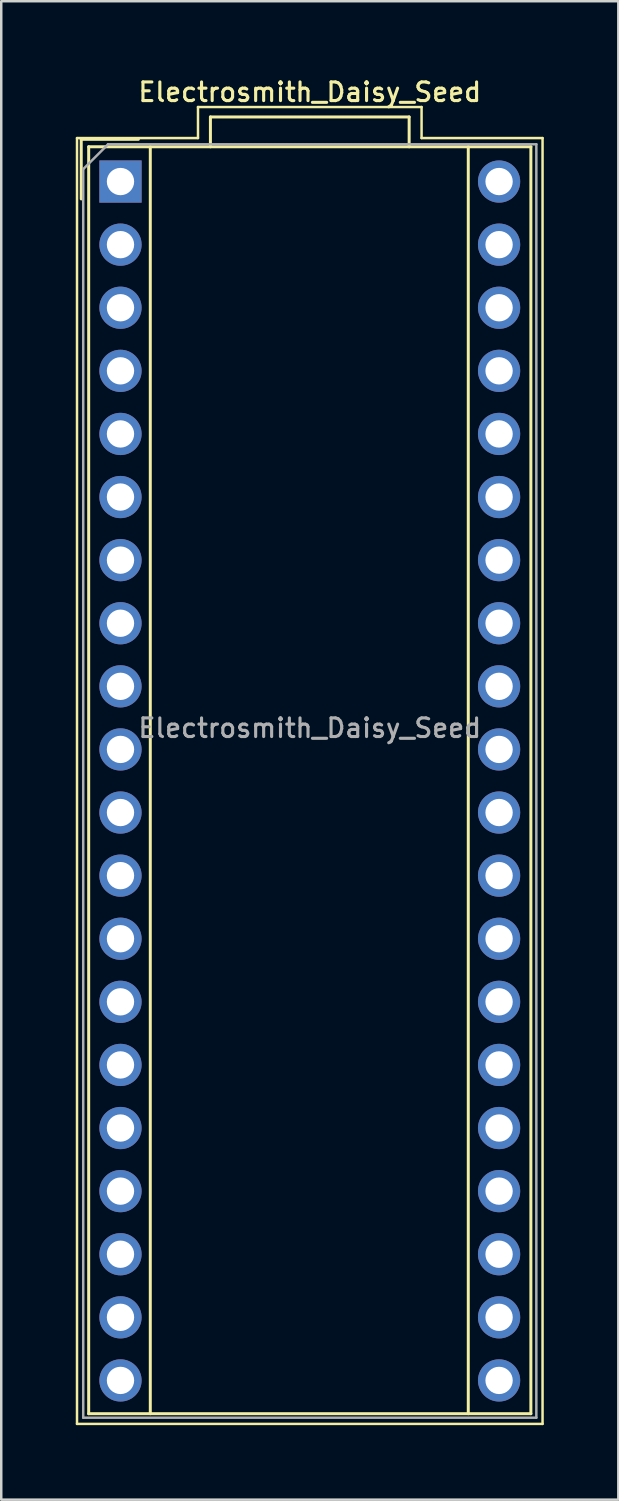
<source format=kicad_pcb>
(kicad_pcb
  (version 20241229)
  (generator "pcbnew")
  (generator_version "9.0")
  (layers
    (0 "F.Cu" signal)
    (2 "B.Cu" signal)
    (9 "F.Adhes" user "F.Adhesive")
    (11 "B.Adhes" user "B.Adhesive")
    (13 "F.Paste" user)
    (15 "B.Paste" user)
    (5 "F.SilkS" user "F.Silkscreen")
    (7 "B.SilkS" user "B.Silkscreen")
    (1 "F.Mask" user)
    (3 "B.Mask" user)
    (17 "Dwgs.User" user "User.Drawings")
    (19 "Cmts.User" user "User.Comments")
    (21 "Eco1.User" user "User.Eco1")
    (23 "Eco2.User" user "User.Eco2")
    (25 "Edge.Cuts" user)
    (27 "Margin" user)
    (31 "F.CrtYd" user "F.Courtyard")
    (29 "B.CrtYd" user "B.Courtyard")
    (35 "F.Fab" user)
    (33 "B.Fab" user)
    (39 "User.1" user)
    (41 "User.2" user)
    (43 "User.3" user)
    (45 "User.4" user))
  (footprint "Electrosmith_Daisy_Seed"
    (layer "F.Cu")
    (at 1.8 4.258)
    (property "Reference" "Electrosmith_Daisy_Seed" (at 7.62 -3.6 0) (layer "F.SilkS") (effects (font (size 0.75 0.75) (thickness 0.125))))
    (attr through_hole)
    (fp_line (start -1.75 -1.75) (end 3.12 -1.75) (stroke (width 0.1) (type solid)) (layer "F.SilkS"))
    (fp_line (start -1.75 50.01) (end -1.75 -1.75) (stroke (width 0.1) (type solid)) (layer "F.SilkS"))
    (fp_line (start -1.58 -1.7) (end -1.58 0.7) (stroke (width 0.12) (type solid)) (layer "F.SilkS"))
    (fp_line (start -1.28 -1.4) (end 16.52 -1.4) (stroke (width 0.12) (type solid)) (layer "F.SilkS"))
    (fp_line (start -1.28 49.6) (end -1.28 -1.4) (stroke (width 0.12) (type solid)) (layer "F.SilkS"))
    (fp_line (start 0.72 -1.7) (end -1.58 -1.7) (stroke (width 0.12) (type solid)) (layer "F.SilkS"))
    (fp_line (start 1.2 -1.4) (end 1.2 49.6) (stroke (width 0.12) (type solid)) (layer "F.SilkS"))
    (fp_line (start 3.12 -3) (end 12.12 -3) (stroke (width 0.1) (type solid)) (layer "F.SilkS"))
    (fp_line (start 3.12 -1.75) (end 3.12 -3) (stroke (width 0.1) (type solid)) (layer "F.SilkS"))
    (fp_line (start 3.62 -2.6) (end 11.62 -2.6) (stroke (width 0.12) (type solid)) (layer "F.SilkS"))
    (fp_line (start 3.62 -1.4) (end 3.62 -2.6) (stroke (width 0.12) (type solid)) (layer "F.SilkS"))
    (fp_line (start 11.62 -2.6) (end 11.62 -1.4) (stroke (width 0.12) (type solid)) (layer "F.SilkS"))
    (fp_line (start 12.12 -3) (end 12.12 -1.75) (stroke (width 0.1) (type solid)) (layer "F.SilkS"))
    (fp_line (start 12.12 -1.75) (end 16.99 -1.75) (stroke (width 0.1) (type solid)) (layer "F.SilkS"))
    (fp_line (start 14 -1.4) (end 14 49.6) (stroke (width 0.12) (type solid)) (layer "F.SilkS"))
    (fp_line (start 16.52 -1.4) (end 16.52 49.6) (stroke (width 0.12) (type solid)) (layer "F.SilkS"))
    (fp_line (start 16.52 49.6) (end -1.28 49.6) (stroke (width 0.12) (type solid)) (layer "F.SilkS"))
    (fp_line (start 16.99 -1.75) (end 16.99 50.01) (stroke (width 0.1) (type solid)) (layer "F.SilkS"))
    (fp_line (start 16.99 50.01) (end -1.75 50.01) (stroke (width 0.1) (type solid)) (layer "F.SilkS"))
    (fp_line (start -1.5 -0.5) (end -1.5 49.76) (stroke (width 0.1) (type solid)) (layer "F.Fab"))
    (fp_line (start -1.5 49.76) (end 16.74 49.76) (stroke (width 0.1) (type solid)) (layer "F.Fab"))
    (fp_line (start -0.5 -1.5) (end -1.5 -0.5) (stroke (width 0.1) (type solid)) (layer "F.Fab"))
    (fp_line (start 16.74 -1.5) (end -0.5 -1.5) (stroke (width 0.1) (type solid)) (layer "F.Fab"))
    (fp_line (start 16.74 49.76) (end 16.74 -1.5) (stroke (width 0.1) (type solid)) (layer "F.Fab"))
    (fp_text user "${REFERENCE}" (at 7.62 22 0) (layer "F.Fab") (effects (font (size 0.75 0.75) (thickness 0.125))))
    (pad "1" thru_hole rect (at 0 0) (size 1.7 1.7) (drill 1.1) (layers "*.Cu" "*.Mask"))
    (pad "2" thru_hole circle (at 0 2.54) (size 1.7 1.7) (drill 1.1) (layers "*.Cu" "*.Mask"))
    (pad "3" thru_hole circle (at 0 5.08) (size 1.7 1.7) (drill 1.1) (layers "*.Cu" "*.Mask"))
    (pad "4" thru_hole circle (at 0 7.62) (size 1.7 1.7) (drill 1.1) (layers "*.Cu" "*.Mask"))
    (pad "5" thru_hole circle (at 0 10.16) (size 1.7 1.7) (drill 1.1) (layers "*.Cu" "*.Mask"))
    (pad "6" thru_hole circle (at 0 12.7) (size 1.7 1.7) (drill 1.1) (layers "*.Cu" "*.Mask"))
    (pad "7" thru_hole circle (at 0 15.24) (size 1.7 1.7) (drill 1.1) (layers "*.Cu" "*.Mask"))
    (pad "8" thru_hole circle (at 0 17.78) (size 1.7 1.7) (drill 1.1) (layers "*.Cu" "*.Mask"))
    (pad "9" thru_hole circle (at 0 20.32) (size 1.7 1.7) (drill 1.1) (layers "*.Cu" "*.Mask"))
    (pad "10" thru_hole circle (at 0 22.86) (size 1.7 1.7) (drill 1.1) (layers "*.Cu" "*.Mask"))
    (pad "11" thru_hole circle (at 0 25.4) (size 1.7 1.7) (drill 1.1) (layers "*.Cu" "*.Mask"))
    (pad "12" thru_hole circle (at 0 27.94) (size 1.7 1.7) (drill 1.1) (layers "*.Cu" "*.Mask"))
    (pad "13" thru_hole circle (at 0 30.48) (size 1.7 1.7) (drill 1.1) (layers "*.Cu" "*.Mask"))
    (pad "14" thru_hole circle (at 0 33.02) (size 1.7 1.7) (drill 1.1) (layers "*.Cu" "*.Mask"))
    (pad "15" thru_hole circle (at 0 35.56) (size 1.7 1.7) (drill 1.1) (layers "*.Cu" "*.Mask"))
    (pad "16" thru_hole circle (at 0 38.1) (size 1.7 1.7) (drill 1.1) (layers "*.Cu" "*.Mask"))
    (pad "17" thru_hole circle (at 0 40.64) (size 1.7 1.7) (drill 1.1) (layers "*.Cu" "*.Mask"))
    (pad "18" thru_hole circle (at 0 43.18) (size 1.7 1.7) (drill 1.1) (layers "*.Cu" "*.Mask"))
    (pad "19" thru_hole circle (at 0 45.72) (size 1.7 1.7) (drill 1.1) (layers "*.Cu" "*.Mask"))
    (pad "20" thru_hole circle (at 0 48.26) (size 1.7 1.7) (drill 1.1) (layers "*.Cu" "*.Mask"))
    (pad "21" thru_hole circle (at 15.24 48.26) (size 1.7 1.7) (drill 1.1) (layers "*.Cu" "*.Mask"))
    (pad "22" thru_hole circle (at 15.24 45.72) (size 1.7 1.7) (drill 1.1) (layers "*.Cu" "*.Mask"))
    (pad "23" thru_hole circle (at 15.24 43.18) (size 1.7 1.7) (drill 1.1) (layers "*.Cu" "*.Mask"))
    (pad "24" thru_hole circle (at 15.24 40.64) (size 1.7 1.7) (drill 1.1) (layers "*.Cu" "*.Mask"))
    (pad "25" thru_hole circle (at 15.24 38.1) (size 1.7 1.7) (drill 1.1) (layers "*.Cu" "*.Mask"))
    (pad "26" thru_hole circle (at 15.24 35.56) (size 1.7 1.7) (drill 1.1) (layers "*.Cu" "*.Mask"))
    (pad "27" thru_hole circle (at 15.24 33.02) (size 1.7 1.7) (drill 1.1) (layers "*.Cu" "*.Mask"))
    (pad "28" thru_hole circle (at 15.24 30.48) (size 1.7 1.7) (drill 1.1) (layers "*.Cu" "*.Mask"))
    (pad "29" thru_hole circle (at 15.24 27.94) (size 1.7 1.7) (drill 1.1) (layers "*.Cu" "*.Mask"))
    (pad "30" thru_hole circle (at 15.24 25.4) (size 1.7 1.7) (drill 1.1) (layers "*.Cu" "*.Mask"))
    (pad "31" thru_hole circle (at 15.24 22.86) (size 1.7 1.7) (drill 1.1) (layers "*.Cu" "*.Mask"))
    (pad "32" thru_hole circle (at 15.24 20.32) (size 1.7 1.7) (drill 1.1) (layers "*.Cu" "*.Mask"))
    (pad "33" thru_hole circle (at 15.24 17.78) (size 1.7 1.7) (drill 1.1) (layers "*.Cu" "*.Mask"))
    (pad "34" thru_hole circle (at 15.24 15.24) (size 1.7 1.7) (drill 1.1) (layers "*.Cu" "*.Mask"))
    (pad "35" thru_hole circle (at 15.24 12.7) (size 1.7 1.7) (drill 1.1) (layers "*.Cu" "*.Mask"))
    (pad "36" thru_hole circle (at 15.24 10.16) (size 1.7 1.7) (drill 1.1) (layers "*.Cu" "*.Mask"))
    (pad "37" thru_hole circle (at 15.24 7.62) (size 1.7 1.7) (drill 1.1) (layers "*.Cu" "*.Mask"))
    (pad "38" thru_hole circle (at 15.24 5.08) (size 1.7 1.7) (drill 1.1) (layers "*.Cu" "*.Mask"))
    (pad "39" thru_hole circle (at 15.24 2.54) (size 1.7 1.7) (drill 1.1) (layers "*.Cu" "*.Mask"))
    (pad "40" thru_hole circle (at 15.24 0) (size 1.7 1.7) (drill 1.1) (layers "*.Cu" "*.Mask")))
  (gr_rect
    (start -3 -3)
    (end 21.84 57.318)
    (stroke (width 0.1) (type default))
    (fill no)
    (layer "Edge.Cuts")))
</source>
